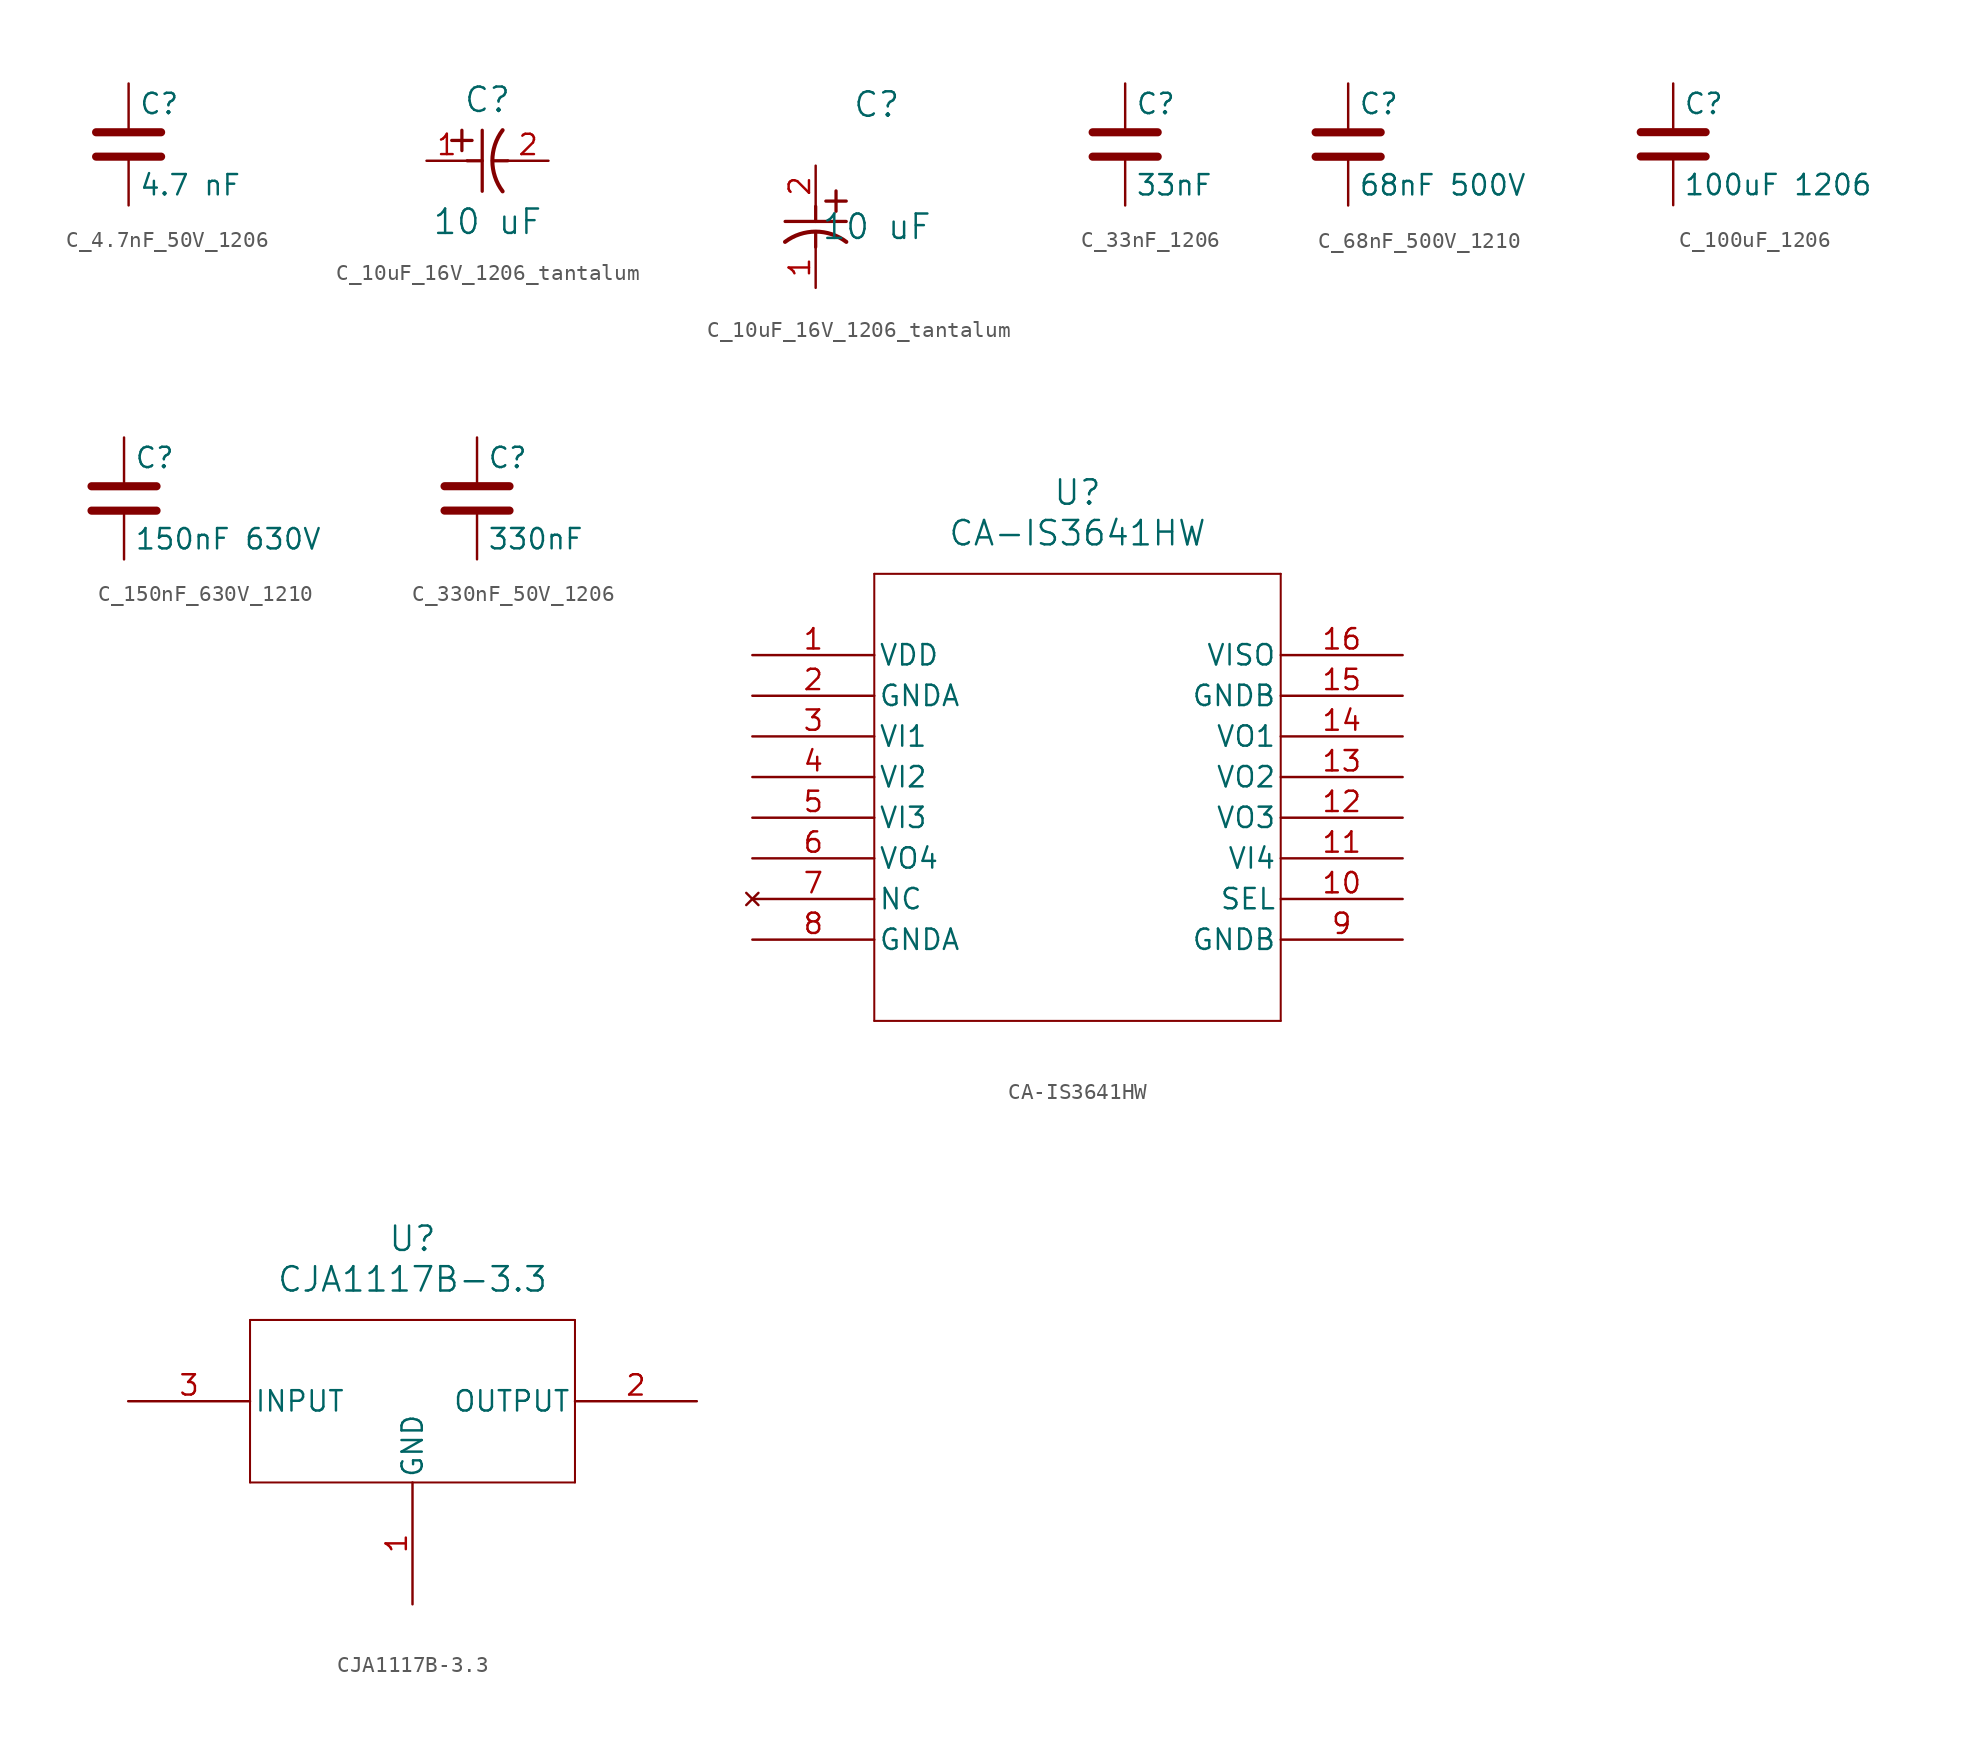
<source format=kicad_sym>
(kicad_symbol_lib
  (version 20231120)
  (generator "kicad_symbol_editor")
  (generator_version "8.0")
  (symbol "C_4.7nF_50V_1206"
    (pin_numbers hide)
    (pin_names
      (offset 0.254))
    (property "Reference" "C"
      (at 0.635 2.54 0)
      (effects (font (size 1.27 1.27)) (justify left)))
    (property "Value" "4.7 nF"
      (at 0.635 -2.54 0)
      (effects (font (size 1.27 1.27)) (justify left)))
    (symbol "C_4.7nF_50V_1206_0_1"
      (polyline (pts (xy -2.032 -0.762) (xy 2.032 -0.762)) (stroke (width 0.508) (type default)) (fill (type none)))
      (polyline (pts (xy -2.032 0.762) (xy 2.032 0.762)) (stroke (width 0.508) (type default)) (fill (type none))))
    (symbol "C_4.7nF_50V_1206_1_1"
      (pin passive line (at 0 3.81 270) (length 2.794) (name "~" (effects (font (size 1.27 1.27)))) (number "1" (effects (font (size 1.27 1.27)))))
      (pin passive line (at 0 -3.81 90) (length 2.794) (name "~" (effects (font (size 1.27 1.27)))) (number "2" (effects (font (size 1.27 1.27)))))))
  (symbol "C_10uF_16V_1206_tantalum"
    (pin_names
      (offset 0.254))
    (property "Reference" "C"
      (at 3.81 3.81 0)
      (effects (font (size 1.524 1.524))))
    (property "Value" "10 uF"
      (at 3.81 -3.81 0)
      (effects (font (size 1.524 1.524))))
    (symbol "C_10uF_16V_1206_tantalum_1_1"
      (polyline (pts (xy 1.575 1.27) (xy 2.845 1.27)) (stroke (width 0.203) (type default)) (fill (type none)))
      (polyline (pts (xy 2.21 0.635) (xy 2.21 1.905)) (stroke (width 0.203) (type default)) (fill (type none)))
      (polyline (pts (xy 2.54 0) (xy 3.48 0)) (stroke (width 0.203) (type default)) (fill (type none)))
      (polyline (pts (xy 3.48 -1.905) (xy 3.48 1.905)) (stroke (width 0.203) (type default)) (fill (type none)))
      (polyline (pts (xy 4.115 0) (xy 5.08 0)) (stroke (width 0.203) (type default)) (fill (type none)))
      (arc (start 4.7541 1.9108) (mid 4.1148 0) (end 4.7541 -1.9108) (stroke (width 0.254) (type default)) (fill (type none)))
      (pin unspecified line (at 0 0 0) (length 2.54) (name "" (effects (font (size 1.27 1.27)))) (number "1" (effects (font (size 1.27 1.27)))))
      (pin unspecified line (at 7.62 0 180) (length 2.54) (name "" (effects (font (size 1.27 1.27)))) (number "2" (effects (font (size 1.27 1.27))))))
    (symbol "C_10uF_16V_1206_tantalum_1_2"
      (polyline (pts (xy -1.905 -3.48) (xy 1.905 -3.48)) (stroke (width 0.203) (type default)) (fill (type none)))
      (polyline (pts (xy 0 -4.115) (xy 0 -5.08)) (stroke (width 0.203) (type default)) (fill (type none)))
      (polyline (pts (xy 0 -2.54) (xy 0 -3.48)) (stroke (width 0.203) (type default)) (fill (type none)))
      (polyline (pts (xy 0.635 -2.21) (xy 1.905 -2.21)) (stroke (width 0.203) (type default)) (fill (type none)))
      (polyline (pts (xy 1.27 -1.575) (xy 1.27 -2.845)) (stroke (width 0.203) (type default)) (fill (type none)))
      (arc (start 1.9108 -4.7541) (mid 0 -4.1148) (end -1.9108 -4.7541) (stroke (width 0.254) (type default)) (fill (type none)))
      (pin unspecified line (at 0 -7.62 90) (length 2.54) (name "" (effects (font (size 1.27 1.27)))) (number "1" (effects (font (size 1.27 1.27)))))
      (pin unspecified line (at 0 0 270) (length 2.54) (name "" (effects (font (size 1.27 1.27)))) (number "2" (effects (font (size 1.27 1.27)))))))
  (symbol "C_33nF_1206"
    (pin_numbers hide)
    (pin_names
      (offset 0.254))
    (property "Reference" "C"
      (at 0.635 2.54 0)
      (effects (font (size 1.27 1.27)) (justify left)))
    (property "Value" "33nF"
      (at 0.635 -2.54 0)
      (effects (font (size 1.27 1.27)) (justify left)))
    (symbol "C_33nF_1206_0_1"
      (polyline (pts (xy -2.032 -0.762) (xy 2.032 -0.762)) (stroke (width 0.508) (type default)) (fill (type none)))
      (polyline (pts (xy -2.032 0.762) (xy 2.032 0.762)) (stroke (width 0.508) (type default)) (fill (type none))))
    (symbol "C_33nF_1206_1_1"
      (pin passive line (at 0 3.81 270) (length 2.794) (name "~" (effects (font (size 1.27 1.27)))) (number "1" (effects (font (size 1.27 1.27)))))
      (pin passive line (at 0 -3.81 90) (length 2.794) (name "~" (effects (font (size 1.27 1.27)))) (number "2" (effects (font (size 1.27 1.27)))))))
  (symbol "C_68nF_500V_1210"
    (pin_numbers hide)
    (pin_names
      (offset 0.254))
    (property "Reference" "C"
      (at 0.635 2.54 0)
      (effects (font (size 1.27 1.27)) (justify left)))
    (property "Value" "68nF 500V"
      (at 0.635 -2.54 0)
      (effects (font (size 1.27 1.27)) (justify left)))
    (symbol "C_68nF_500V_1210_0_1"
      (polyline (pts (xy -2.032 -0.762) (xy 2.032 -0.762)) (stroke (width 0.508) (type default)) (fill (type none)))
      (polyline (pts (xy -2.032 0.762) (xy 2.032 0.762)) (stroke (width 0.508) (type default)) (fill (type none))))
    (symbol "C_68nF_500V_1210_1_1"
      (pin passive line (at 0 3.81 270) (length 2.794) (name "~" (effects (font (size 1.27 1.27)))) (number "1" (effects (font (size 1.27 1.27)))))
      (pin passive line (at 0 -3.81 90) (length 2.794) (name "~" (effects (font (size 1.27 1.27)))) (number "2" (effects (font (size 1.27 1.27)))))))
  (symbol "C_100uF_1206"
    (pin_numbers hide)
    (pin_names
      (offset 0.254))
    (property "Reference" "C"
      (at 0.635 2.54 0)
      (effects (font (size 1.27 1.27)) (justify left)))
    (property "Value" "100uF 1206"
      (at 0.635 -2.54 0)
      (effects (font (size 1.27 1.27)) (justify left)))
    (symbol "C_100uF_1206_0_1"
      (polyline (pts (xy -2.032 -0.762) (xy 2.032 -0.762)) (stroke (width 0.508) (type default)) (fill (type none)))
      (polyline (pts (xy -2.032 0.762) (xy 2.032 0.762)) (stroke (width 0.508) (type default)) (fill (type none))))
    (symbol "C_100uF_1206_1_1"
      (pin passive line (at 0 3.81 270) (length 2.794) (name "~" (effects (font (size 1.27 1.27)))) (number "1" (effects (font (size 1.27 1.27)))))
      (pin passive line (at 0 -3.81 90) (length 2.794) (name "~" (effects (font (size 1.27 1.27)))) (number "2" (effects (font (size 1.27 1.27)))))))
  (symbol "C_150nF_630V_1210"
    (pin_numbers hide)
    (pin_names
      (offset 0.254))
    (property "Reference" "C"
      (at 0.635 2.54 0)
      (effects (font (size 1.27 1.27)) (justify left)))
    (property "Value" "150nF 630V"
      (at 0.635 -2.54 0)
      (effects (font (size 1.27 1.27)) (justify left)))
    (symbol "C_150nF_630V_1210_0_1"
      (polyline (pts (xy -2.032 -0.762) (xy 2.032 -0.762)) (stroke (width 0.508) (type default)) (fill (type none)))
      (polyline (pts (xy -2.032 0.762) (xy 2.032 0.762)) (stroke (width 0.508) (type default)) (fill (type none))))
    (symbol "C_150nF_630V_1210_1_1"
      (pin passive line (at 0 3.81 270) (length 2.794) (name "~" (effects (font (size 1.27 1.27)))) (number "1" (effects (font (size 1.27 1.27)))))
      (pin passive line (at 0 -3.81 90) (length 2.794) (name "~" (effects (font (size 1.27 1.27)))) (number "2" (effects (font (size 1.27 1.27)))))))
  (symbol "C_330nF_50V_1206"
    (pin_numbers hide)
    (pin_names
      (offset 0.254))
    (property "Reference" "C"
      (at 0.635 2.54 0)
      (effects (font (size 1.27 1.27)) (justify left)))
    (property "Value" "330nF"
      (at 0.635 -2.54 0)
      (effects (font (size 1.27 1.27)) (justify left)))
    (symbol "C_330nF_50V_1206_0_1"
      (polyline (pts (xy -2.032 -0.762) (xy 2.032 -0.762)) (stroke (width 0.508) (type default)) (fill (type none)))
      (polyline (pts (xy -2.032 0.762) (xy 2.032 0.762)) (stroke (width 0.508) (type default)) (fill (type none))))
    (symbol "C_330nF_50V_1206_1_1"
      (pin passive line (at 0 3.81 270) (length 2.794) (name "~" (effects (font (size 1.27 1.27)))) (number "1" (effects (font (size 1.27 1.27)))))
      (pin passive line (at 0 -3.81 90) (length 2.794) (name "~" (effects (font (size 1.27 1.27)))) (number "2" (effects (font (size 1.27 1.27)))))))
  (symbol "CA-IS3641HW"
    (pin_names
      (offset 0.254))
    (property "Reference" "U"
      (at 20.32 10.16 0)
      (effects (font (size 1.524 1.524))))
    (property "Value" "CA-IS3641HW"
      (at 20.32 7.62 0)
      (effects (font (size 1.524 1.524))))
    (symbol "CA-IS3641HW_0_1"
      (polyline (pts (xy 7.62 -22.86) (xy 33.02 -22.86)) (stroke (width 0.127) (type default)) (fill (type none)))
      (polyline (pts (xy 7.62 5.08) (xy 7.62 -22.86)) (stroke (width 0.127) (type default)) (fill (type none)))
      (polyline (pts (xy 33.02 -22.86) (xy 33.02 5.08)) (stroke (width 0.127) (type default)) (fill (type none)))
      (polyline (pts (xy 33.02 5.08) (xy 7.62 5.08)) (stroke (width 0.127) (type default)) (fill (type none)))
      (pin power_in line (at 0 0 0) (length 7.62) (name "VDD" (effects (font (size 1.27 1.27)))) (number "1" (effects (font (size 1.27 1.27)))))
      (pin input line (at 40.64 -12.7 180) (length 7.62) (name "VI4" (effects (font (size 1.27 1.27)))) (number "11" (effects (font (size 1.27 1.27)))))
      (pin output line (at 40.64 -7.62 180) (length 7.62) (name "VO2" (effects (font (size 1.27 1.27)))) (number "13" (effects (font (size 1.27 1.27)))))
      (pin output line (at 40.64 -5.08 180) (length 7.62) (name "VO1" (effects (font (size 1.27 1.27)))) (number "14" (effects (font (size 1.27 1.27)))))
      (pin power_out line (at 40.64 -2.54 180) (length 7.62) (name "GNDB" (effects (font (size 1.27 1.27)))) (number "15" (effects (font (size 1.27 1.27)))))
      (pin unspecified line (at 40.64 0 180) (length 7.62) (name "VISO" (effects (font (size 1.27 1.27)))) (number "16" (effects (font (size 1.27 1.27)))))
      (pin power_out line (at 0 -2.54 0) (length 7.62) (name "GNDA" (effects (font (size 1.27 1.27)))) (number "2" (effects (font (size 1.27 1.27)))))
      (pin input line (at 0 -5.08 0) (length 7.62) (name "VI1" (effects (font (size 1.27 1.27)))) (number "3" (effects (font (size 1.27 1.27)))))
      (pin input line (at 0 -7.62 0) (length 7.62) (name "VI2" (effects (font (size 1.27 1.27)))) (number "4" (effects (font (size 1.27 1.27)))))
      (pin no_connect line (at 0 -15.24 0) (length 7.62) (name "NC" (effects (font (size 1.27 1.27)))) (number "7" (effects (font (size 1.27 1.27))))))
    (symbol "CA-IS3641HW_1_1"
      (pin unspecified line (at 40.64 -15.24 180) (length 7.62) (name "SEL" (effects (font (size 1.27 1.27)))) (number "10" (effects (font (size 1.27 1.27)))))
      (pin output line (at 40.64 -10.16 180) (length 7.62) (name "VO3" (effects (font (size 1.27 1.27)))) (number "12" (effects (font (size 1.27 1.27)))))
      (pin passive line (at 0 -10.16 0) (length 7.62) (name "VI3" (effects (font (size 1.27 1.27)))) (number "5" (effects (font (size 1.27 1.27)))))
      (pin passive line (at 0 -12.7 0) (length 7.62) (name "VO4" (effects (font (size 1.27 1.27)))) (number "6" (effects (font (size 1.27 1.27)))))
      (pin unspecified line (at 0 -17.78 0) (length 7.62) (name "GNDA" (effects (font (size 1.27 1.27)))) (number "8" (effects (font (size 1.27 1.27)))))
      (pin unspecified line (at 40.64 -17.78 180) (length 7.62) (name "GNDB" (effects (font (size 1.27 1.27)))) (number "9" (effects (font (size 1.27 1.27)))))))
  (symbol "CJA1117B-3.3"
    (pin_names
      (offset 0.254))
    (property "Reference" "U"
      (at 0 5.08 0)
      (effects (font (size 1.524 1.524))))
    (property "Value" "CJA1117B-3.3"
      (at 0 2.54 0)
      (effects (font (size 1.524 1.524))))
    (symbol "CJA1117B-3.3_0_1"
      (polyline (pts (xy -10.16 -10.16) (xy 10.16 -10.16)) (stroke (width 0.127) (type default)) (fill (type none)))
      (polyline (pts (xy -10.16 0) (xy -10.16 -10.16)) (stroke (width 0.127) (type default)) (fill (type none)))
      (polyline (pts (xy 10.16 -10.16) (xy 10.16 0)) (stroke (width 0.127) (type default)) (fill (type none)))
      (polyline (pts (xy 10.16 0) (xy -10.16 0)) (stroke (width 0.127) (type default)) (fill (type none)))
      (pin unspecified line (at 17.78 -5.08 180) (length 7.62) (name "OUTPUT" (effects (font (size 1.27 1.27)))) (number "2" (effects (font (size 1.27 1.27)))))
      (pin unspecified line (at -17.78 -5.08 0) (length 7.62) (name "INPUT" (effects (font (size 1.27 1.27)))) (number "3" (effects (font (size 1.27 1.27))))))
    (symbol "CJA1117B-3.3_1_1"
      (pin unspecified line (at 0 -17.78 90) (length 7.62) (name "GND" (effects (font (size 1.27 1.27)))) (number "1" (effects (font (size 1.27 1.27))))))))
</source>
